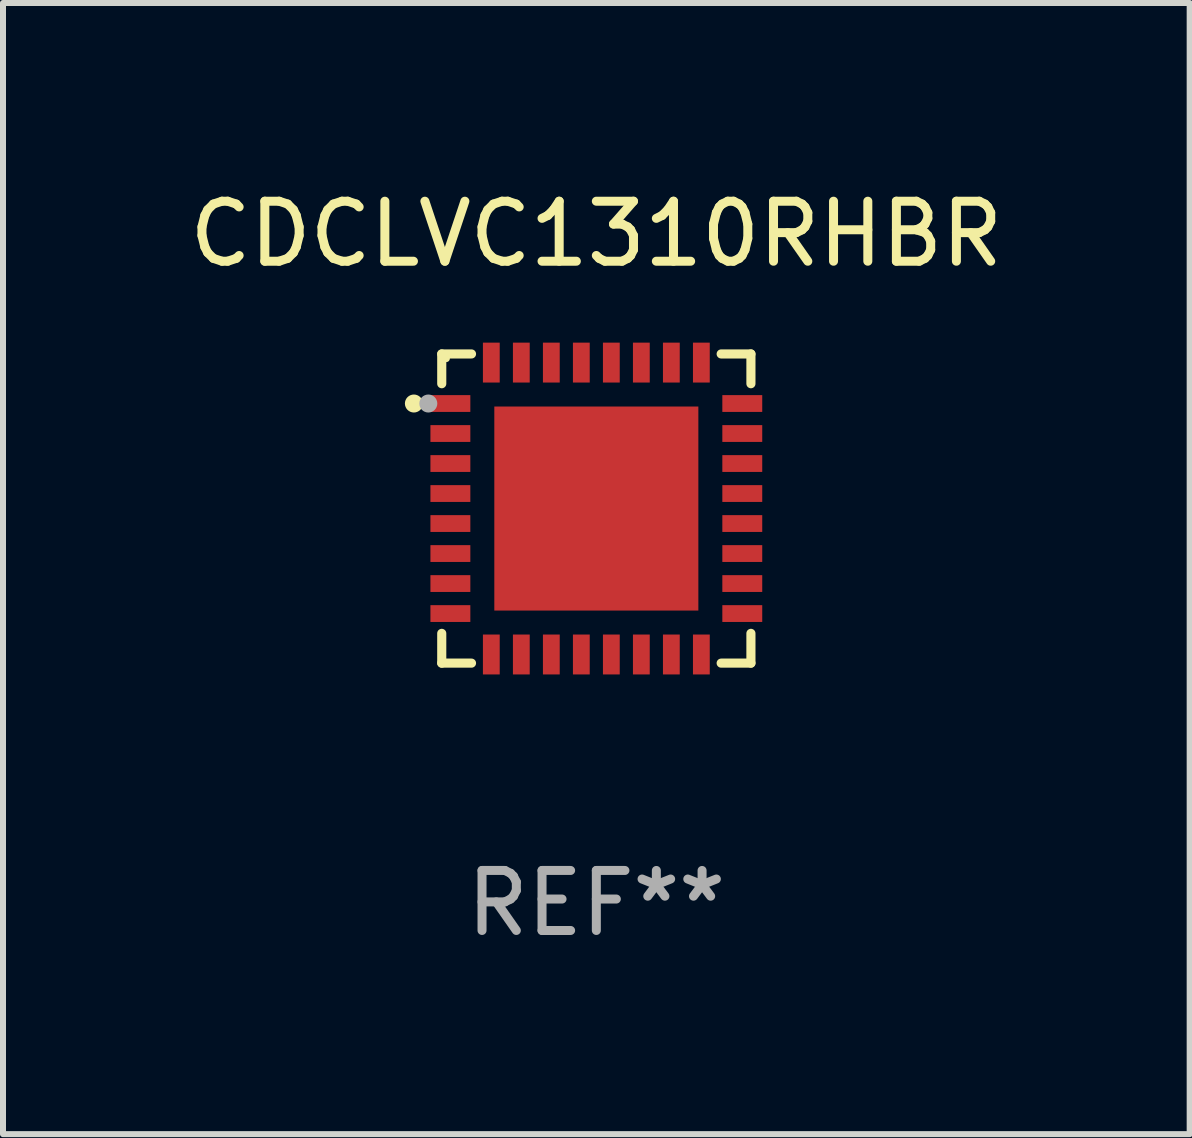
<source format=kicad_pcb>
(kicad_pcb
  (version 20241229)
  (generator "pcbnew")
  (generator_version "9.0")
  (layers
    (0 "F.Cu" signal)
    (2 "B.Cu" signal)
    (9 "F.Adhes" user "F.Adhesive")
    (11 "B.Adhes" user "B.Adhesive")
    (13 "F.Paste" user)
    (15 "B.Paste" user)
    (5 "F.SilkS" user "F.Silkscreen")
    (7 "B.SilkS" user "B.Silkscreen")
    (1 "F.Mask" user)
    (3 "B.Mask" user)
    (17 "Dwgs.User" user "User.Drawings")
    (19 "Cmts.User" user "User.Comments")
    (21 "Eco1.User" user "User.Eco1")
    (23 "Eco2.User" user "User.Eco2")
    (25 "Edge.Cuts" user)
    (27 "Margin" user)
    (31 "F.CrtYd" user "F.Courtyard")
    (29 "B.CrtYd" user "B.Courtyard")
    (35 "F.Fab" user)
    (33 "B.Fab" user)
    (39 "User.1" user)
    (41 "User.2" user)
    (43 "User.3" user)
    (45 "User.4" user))
  (footprint "CDCLVC1310RHBR"
    (layer "F.Cu")
    (at 6.887 5.424)
    (property "Reference" "CDCLVC1310RHBR" (at 0 -4.576 0) (layer "F.SilkS") (effects (font (size 1 1) (thickness 0.15))))
    (attr through_hole)
    (fp_line (start -2.576 -2.576) (end -2.576 -2.08) (stroke (width 0.152) (type solid)) (layer "F.SilkS"))
    (fp_line (start -2.576 2.576) (end -2.576 2.08) (stroke (width 0.152) (type solid)) (layer "F.SilkS"))
    (fp_line (start -2.08 -2.576) (end -2.576 -2.576) (stroke (width 0.152) (type solid)) (layer "F.SilkS"))
    (fp_line (start -2.08 2.576) (end -2.576 2.576) (stroke (width 0.152) (type solid)) (layer "F.SilkS"))
    (fp_line (start 2.08 -2.576) (end 2.576 -2.576) (stroke (width 0.152) (type solid)) (layer "F.SilkS"))
    (fp_line (start 2.08 2.576) (end 2.576 2.576) (stroke (width 0.152) (type solid)) (layer "F.SilkS"))
    (fp_line (start 2.576 -2.576) (end 2.576 -2.08) (stroke (width 0.152) (type solid)) (layer "F.SilkS"))
    (fp_line (start 2.576 2.576) (end 2.576 2.08) (stroke (width 0.152) (type solid)) (layer "F.SilkS"))
    (fp_circle (center -3.04 -1.75) (end -2.965 -1.75) (stroke (width 0.15) (type solid)) (fill no) (layer "F.SilkS"))
    (fp_circle (center -2.5 -2.5) (end -2.47 -2.5) (stroke (width 0.06) (type solid)) (fill no) (layer "F.SilkS"))
    (fp_circle (center -2.8 -1.75) (end -2.725 -1.75) (stroke (width 0.15) (type solid)) (fill no) (layer "F.Fab"))
    (fp_text user "REF**" (at 0 6.576 0) (layer "F.Fab") (effects (font (size 1 1) (thickness 0.15))))
    (pad "1" smd rect (at -2.432 -1.75) (size 0.665 0.28) (layers "F.Cu" "F.Mask" "F.Paste"))
    (pad "2" smd rect (at -2.432 -1.25) (size 0.665 0.28) (layers "F.Cu" "F.Mask" "F.Paste"))
    (pad "3" smd rect (at -2.432 -0.75) (size 0.665 0.28) (layers "F.Cu" "F.Mask" "F.Paste"))
    (pad "4" smd rect (at -2.432 -0.25) (size 0.665 0.28) (layers "F.Cu" "F.Mask" "F.Paste"))
    (pad "5" smd rect (at -2.432 0.25) (size 0.665 0.28) (layers "F.Cu" "F.Mask" "F.Paste"))
    (pad "6" smd rect (at -2.432 0.75) (size 0.665 0.28) (layers "F.Cu" "F.Mask" "F.Paste"))
    (pad "7" smd rect (at -2.432 1.25) (size 0.665 0.28) (layers "F.Cu" "F.Mask" "F.Paste"))
    (pad "8" smd rect (at -2.432 1.75) (size 0.665 0.28) (layers "F.Cu" "F.Mask" "F.Paste"))
    (pad "9" smd rect (at -1.75 2.432) (size 0.28 0.665) (layers "F.Cu" "F.Mask" "F.Paste"))
    (pad "10" smd rect (at -1.25 2.432) (size 0.28 0.665) (layers "F.Cu" "F.Mask" "F.Paste"))
    (pad "11" smd rect (at -0.75 2.432) (size 0.28 0.665) (layers "F.Cu" "F.Mask" "F.Paste"))
    (pad "12" smd rect (at -0.25 2.432) (size 0.28 0.665) (layers "F.Cu" "F.Mask" "F.Paste"))
    (pad "13" smd rect (at 0.25 2.432) (size 0.28 0.665) (layers "F.Cu" "F.Mask" "F.Paste"))
    (pad "14" smd rect (at 0.75 2.432) (size 0.28 0.665) (layers "F.Cu" "F.Mask" "F.Paste"))
    (pad "15" smd rect (at 1.25 2.432) (size 0.28 0.665) (layers "F.Cu" "F.Mask" "F.Paste"))
    (pad "16" smd rect (at 1.75 2.432) (size 0.28 0.665) (layers "F.Cu" "F.Mask" "F.Paste"))
    (pad "17" smd rect (at 2.432 1.75) (size 0.665 0.28) (layers "F.Cu" "F.Mask" "F.Paste"))
    (pad "18" smd rect (at 2.432 1.25) (size 0.665 0.28) (layers "F.Cu" "F.Mask" "F.Paste"))
    (pad "19" smd rect (at 2.432 0.75) (size 0.665 0.28) (layers "F.Cu" "F.Mask" "F.Paste"))
    (pad "20" smd rect (at 2.432 0.25) (size 0.665 0.28) (layers "F.Cu" "F.Mask" "F.Paste"))
    (pad "21" smd rect (at 2.432 -0.25) (size 0.665 0.28) (layers "F.Cu" "F.Mask" "F.Paste"))
    (pad "22" smd rect (at 2.432 -0.75) (size 0.665 0.28) (layers "F.Cu" "F.Mask" "F.Paste"))
    (pad "23" smd rect (at 2.432 -1.25) (size 0.665 0.28) (layers "F.Cu" "F.Mask" "F.Paste"))
    (pad "24" smd rect (at 2.432 -1.75) (size 0.665 0.28) (layers "F.Cu" "F.Mask" "F.Paste"))
    (pad "25" smd rect (at 1.75 -2.432) (size 0.28 0.665) (layers "F.Cu" "F.Mask" "F.Paste"))
    (pad "26" smd rect (at 1.25 -2.432) (size 0.28 0.665) (layers "F.Cu" "F.Mask" "F.Paste"))
    (pad "27" smd rect (at 0.75 -2.432) (size 0.28 0.665) (layers "F.Cu" "F.Mask" "F.Paste"))
    (pad "28" smd rect (at 0.25 -2.432) (size 0.28 0.665) (layers "F.Cu" "F.Mask" "F.Paste"))
    (pad "29" smd rect (at -0.25 -2.432) (size 0.28 0.665) (layers "F.Cu" "F.Mask" "F.Paste"))
    (pad "30" smd rect (at -0.75 -2.432) (size 0.28 0.665) (layers "F.Cu" "F.Mask" "F.Paste"))
    (pad "31" smd rect (at -1.25 -2.432) (size 0.28 0.665) (layers "F.Cu" "F.Mask" "F.Paste"))
    (pad "32" smd rect (at -1.75 -2.432) (size 0.28 0.665) (layers "F.Cu" "F.Mask" "F.Paste"))
    (pad "33" smd rect (at 0 0) (size 3.4 3.4) (layers "F.Cu" "F.Mask" "F.Paste")))
  (gr_rect
    (start -3 -3)
    (end 16.774 15.849)
    (stroke (width 0.1) (type default))
    (fill no)
    (layer "Edge.Cuts")))
</source>
